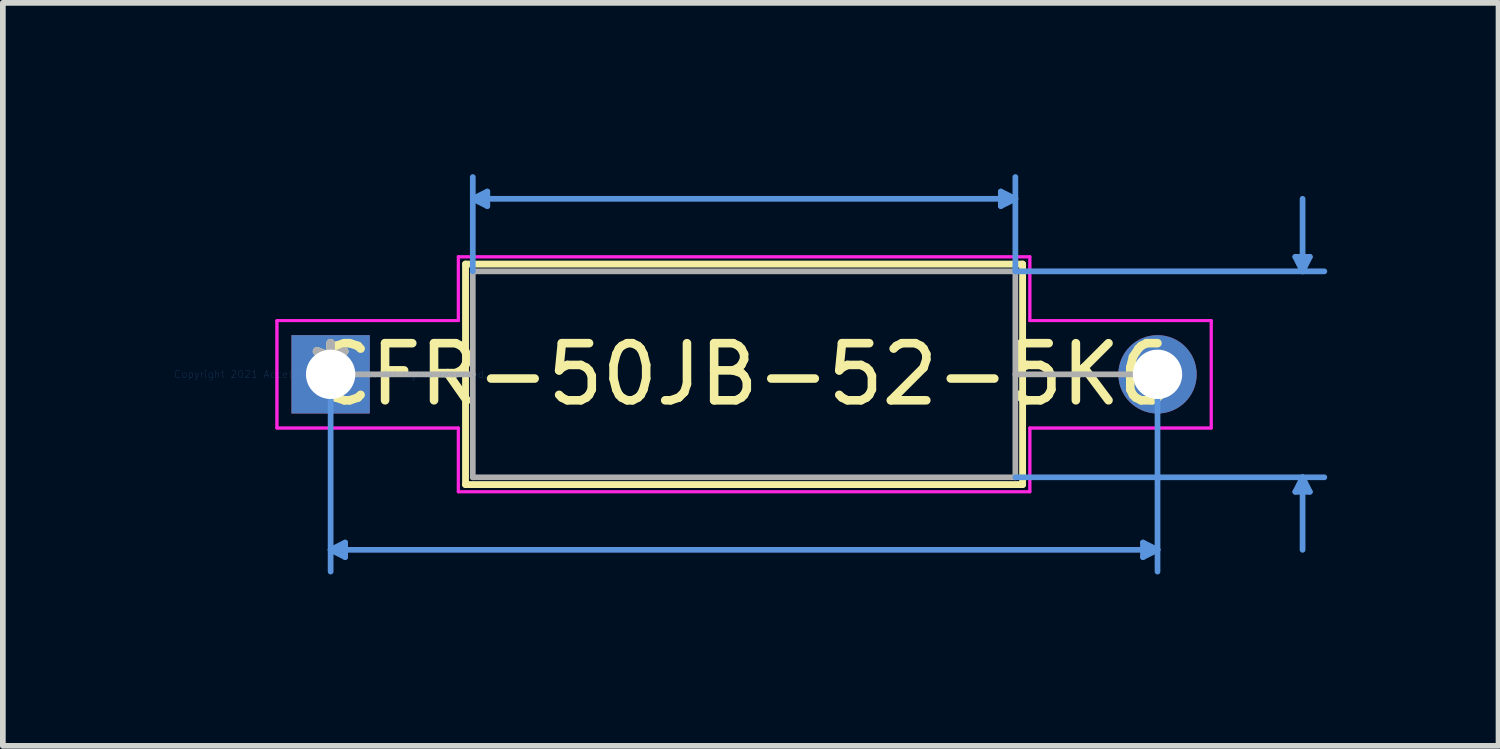
<source format=kicad_pcb>
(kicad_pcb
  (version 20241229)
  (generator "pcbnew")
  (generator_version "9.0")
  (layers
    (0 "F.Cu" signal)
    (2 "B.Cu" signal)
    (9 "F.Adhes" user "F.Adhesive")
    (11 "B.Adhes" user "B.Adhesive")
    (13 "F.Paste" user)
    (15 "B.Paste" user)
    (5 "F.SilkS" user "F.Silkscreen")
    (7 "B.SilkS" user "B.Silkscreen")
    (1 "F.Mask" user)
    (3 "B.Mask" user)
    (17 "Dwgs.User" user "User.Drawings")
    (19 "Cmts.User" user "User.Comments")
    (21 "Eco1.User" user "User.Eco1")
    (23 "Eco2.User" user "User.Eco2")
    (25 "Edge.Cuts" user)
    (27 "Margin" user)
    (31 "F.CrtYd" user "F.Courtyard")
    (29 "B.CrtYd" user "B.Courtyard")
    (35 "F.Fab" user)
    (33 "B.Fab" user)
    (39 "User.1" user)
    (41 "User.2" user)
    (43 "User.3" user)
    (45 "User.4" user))
  (footprint "CFR-50JB-52-5K6"
    (layer "F.Cu")
    (at 2.739 3.504)
    (property "Reference" "CFR-50JB-52-5K6" (at 7.239 0 0) (layer "F.SilkS") (effects (font (size 1 1) (thickness 0.15))))
    (attr through_hole)
    (fp_line (start 2.362 -1.93) (end 2.362 1.93) (stroke (width 0.12) (type solid)) (layer "F.SilkS"))
    (fp_line (start 2.362 1.93) (end 12.116 1.93) (stroke (width 0.12) (type solid)) (layer "F.SilkS"))
    (fp_line (start 12.116 -1.93) (end 2.362 -1.93) (stroke (width 0.12) (type solid)) (layer "F.SilkS"))
    (fp_line (start 12.116 1.93) (end 12.116 -1.93) (stroke (width 0.12) (type solid)) (layer "F.SilkS"))
    (fp_line (start 0 0) (end 0 3.454) (stroke (width 0.1) (type solid)) (layer "Cmts.User"))
    (fp_line (start 0 3.073) (end 0.254 2.946) (stroke (width 0.1) (type solid)) (layer "Cmts.User"))
    (fp_line (start 0 3.073) (end 0.254 3.2) (stroke (width 0.1) (type solid)) (layer "Cmts.User"))
    (fp_line (start 0 3.073) (end 14.478 3.073) (stroke (width 0.1) (type solid)) (layer "Cmts.User"))
    (fp_line (start 0.254 2.946) (end 0.254 3.2) (stroke (width 0.1) (type solid)) (layer "Cmts.User"))
    (fp_line (start 2.489 -3.073) (end 2.743 -3.2) (stroke (width 0.1) (type solid)) (layer "Cmts.User"))
    (fp_line (start 2.489 -3.073) (end 2.743 -2.946) (stroke (width 0.1) (type solid)) (layer "Cmts.User"))
    (fp_line (start 2.489 -3.073) (end 11.989 -3.073) (stroke (width 0.1) (type solid)) (layer "Cmts.User"))
    (fp_line (start 2.489 -1.803) (end 2.489 -3.454) (stroke (width 0.1) (type solid)) (layer "Cmts.User"))
    (fp_line (start 2.743 -3.2) (end 2.743 -2.946) (stroke (width 0.1) (type solid)) (layer "Cmts.User"))
    (fp_line (start 11.735 -3.2) (end 11.735 -2.946) (stroke (width 0.1) (type solid)) (layer "Cmts.User"))
    (fp_line (start 11.989 -3.073) (end 11.735 -3.2) (stroke (width 0.1) (type solid)) (layer "Cmts.User"))
    (fp_line (start 11.989 -3.073) (end 11.735 -2.946) (stroke (width 0.1) (type solid)) (layer "Cmts.User"))
    (fp_line (start 11.989 -1.803) (end 11.989 -3.454) (stroke (width 0.1) (type solid)) (layer "Cmts.User"))
    (fp_line (start 11.989 -1.803) (end 17.399 -1.803) (stroke (width 0.1) (type solid)) (layer "Cmts.User"))
    (fp_line (start 11.989 1.803) (end 17.399 1.803) (stroke (width 0.1) (type solid)) (layer "Cmts.User"))
    (fp_line (start 14.224 2.946) (end 14.224 3.2) (stroke (width 0.1) (type solid)) (layer "Cmts.User"))
    (fp_line (start 14.478 0) (end 14.478 3.454) (stroke (width 0.1) (type solid)) (layer "Cmts.User"))
    (fp_line (start 14.478 3.073) (end 14.224 2.946) (stroke (width 0.1) (type solid)) (layer "Cmts.User"))
    (fp_line (start 14.478 3.073) (end 14.224 3.2) (stroke (width 0.1) (type solid)) (layer "Cmts.User"))
    (fp_line (start 16.891 -2.057) (end 17.145 -2.057) (stroke (width 0.1) (type solid)) (layer "Cmts.User"))
    (fp_line (start 16.891 2.057) (end 17.145 2.057) (stroke (width 0.1) (type solid)) (layer "Cmts.User"))
    (fp_line (start 17.018 -1.803) (end 16.891 -2.057) (stroke (width 0.1) (type solid)) (layer "Cmts.User"))
    (fp_line (start 17.018 -1.803) (end 17.018 -3.073) (stroke (width 0.1) (type solid)) (layer "Cmts.User"))
    (fp_line (start 17.018 -1.803) (end 17.145 -2.057) (stroke (width 0.1) (type solid)) (layer "Cmts.User"))
    (fp_line (start 17.018 1.803) (end 16.891 2.057) (stroke (width 0.1) (type solid)) (layer "Cmts.User"))
    (fp_line (start 17.018 1.803) (end 17.018 3.073) (stroke (width 0.1) (type solid)) (layer "Cmts.User"))
    (fp_line (start 17.018 1.803) (end 17.145 2.057) (stroke (width 0.1) (type solid)) (layer "Cmts.User"))
    (fp_line (start -0.94 -0.94) (end 2.235 -0.94) (stroke (width 0.05) (type solid)) (layer "F.CrtYd"))
    (fp_line (start -0.94 -0.94) (end 2.235 -0.94) (stroke (width 0.05) (type solid)) (layer "F.CrtYd"))
    (fp_line (start -0.94 0.94) (end -0.94 -0.94) (stroke (width 0.05) (type solid)) (layer "F.CrtYd"))
    (fp_line (start -0.94 0.94) (end -0.94 -0.94) (stroke (width 0.05) (type solid)) (layer "F.CrtYd"))
    (fp_line (start 2.235 -2.057) (end 12.243 -2.057) (stroke (width 0.05) (type solid)) (layer "F.CrtYd"))
    (fp_line (start 2.235 -2.057) (end 12.243 -2.057) (stroke (width 0.05) (type solid)) (layer "F.CrtYd"))
    (fp_line (start 2.235 -0.94) (end 2.235 -2.057) (stroke (width 0.05) (type solid)) (layer "F.CrtYd"))
    (fp_line (start 2.235 -0.94) (end 2.235 -2.057) (stroke (width 0.05) (type solid)) (layer "F.CrtYd"))
    (fp_line (start 2.235 0.94) (end -0.94 0.94) (stroke (width 0.05) (type solid)) (layer "F.CrtYd"))
    (fp_line (start 2.235 0.94) (end -0.94 0.94) (stroke (width 0.05) (type solid)) (layer "F.CrtYd"))
    (fp_line (start 2.235 2.057) (end 2.235 0.94) (stroke (width 0.05) (type solid)) (layer "F.CrtYd"))
    (fp_line (start 2.235 2.057) (end 2.235 0.94) (stroke (width 0.05) (type solid)) (layer "F.CrtYd"))
    (fp_line (start 12.243 -2.057) (end 12.243 -0.94) (stroke (width 0.05) (type solid)) (layer "F.CrtYd"))
    (fp_line (start 12.243 -2.057) (end 12.243 -0.94) (stroke (width 0.05) (type solid)) (layer "F.CrtYd"))
    (fp_line (start 12.243 -0.94) (end 15.418 -0.94) (stroke (width 0.05) (type solid)) (layer "F.CrtYd"))
    (fp_line (start 12.243 -0.94) (end 15.418 -0.94) (stroke (width 0.05) (type solid)) (layer "F.CrtYd"))
    (fp_line (start 12.243 0.94) (end 12.243 2.057) (stroke (width 0.05) (type solid)) (layer "F.CrtYd"))
    (fp_line (start 12.243 0.94) (end 12.243 2.057) (stroke (width 0.05) (type solid)) (layer "F.CrtYd"))
    (fp_line (start 12.243 2.057) (end 2.235 2.057) (stroke (width 0.05) (type solid)) (layer "F.CrtYd"))
    (fp_line (start 12.243 2.057) (end 2.235 2.057) (stroke (width 0.05) (type solid)) (layer "F.CrtYd"))
    (fp_line (start 15.418 -0.94) (end 15.418 0.94) (stroke (width 0.05) (type solid)) (layer "F.CrtYd"))
    (fp_line (start 15.418 -0.94) (end 15.418 0.94) (stroke (width 0.05) (type solid)) (layer "F.CrtYd"))
    (fp_line (start 15.418 0.94) (end 12.243 0.94) (stroke (width 0.05) (type solid)) (layer "F.CrtYd"))
    (fp_line (start 15.418 0.94) (end 12.243 0.94) (stroke (width 0.05) (type solid)) (layer "F.CrtYd"))
    (fp_line (start 0 0) (end 2.489 0) (stroke (width 0.1) (type solid)) (layer "F.Fab"))
    (fp_line (start 2.489 -1.803) (end 2.489 1.803) (stroke (width 0.1) (type solid)) (layer "F.Fab"))
    (fp_line (start 2.489 1.803) (end 11.989 1.803) (stroke (width 0.1) (type solid)) (layer "F.Fab"))
    (fp_line (start 11.989 -1.803) (end 2.489 -1.803) (stroke (width 0.1) (type solid)) (layer "F.Fab"))
    (fp_line (start 11.989 1.803) (end 11.989 -1.803) (stroke (width 0.1) (type solid)) (layer "F.Fab"))
    (fp_line (start 14.478 0) (end 11.989 0) (stroke (width 0.1) (type solid)) (layer "F.Fab"))
    (fp_text user "*" (at 0 0 0) (layer "F.SilkS") (effects (font (size 1 1) (thickness 0.15))))
    (fp_text user "Copyright 2021 Accelerated Designs. All rights reserved." (at 0 0 0) (layer "Cmts.User") (effects (font (size 0.127 0.127) (thickness 0.002))))
    (fp_text user "*" (at 0 0 0) (layer "F.Fab") (effects (font (size 1 1) (thickness 0.15))))
    (pad "1" thru_hole rect (at 0 0) (size 1.372 1.372) (drill 0.864) (layers "*.Cu" "*.Mask"))
    (pad "2" thru_hole circle (at 14.478 0) (size 1.372 1.372) (drill 0.864) (layers "*.Cu" "*.Mask")))
  (gr_rect
    (start -3 -3)
    (end 23.188 10.009)
    (stroke (width 0.1) (type default))
    (fill no)
    (layer "Edge.Cuts")))
</source>
